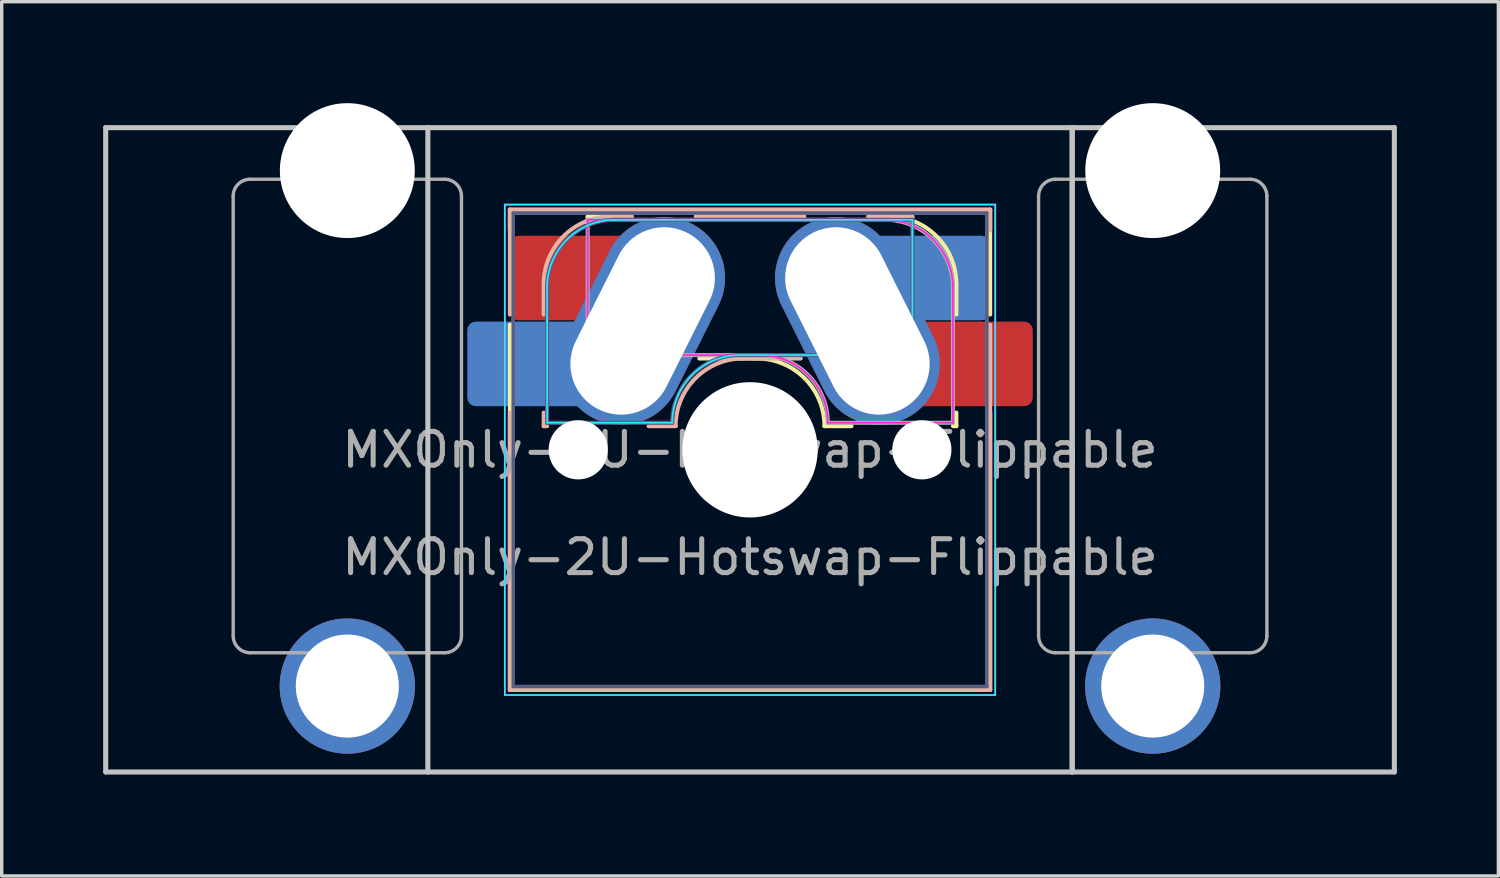
<source format=kicad_pcb>
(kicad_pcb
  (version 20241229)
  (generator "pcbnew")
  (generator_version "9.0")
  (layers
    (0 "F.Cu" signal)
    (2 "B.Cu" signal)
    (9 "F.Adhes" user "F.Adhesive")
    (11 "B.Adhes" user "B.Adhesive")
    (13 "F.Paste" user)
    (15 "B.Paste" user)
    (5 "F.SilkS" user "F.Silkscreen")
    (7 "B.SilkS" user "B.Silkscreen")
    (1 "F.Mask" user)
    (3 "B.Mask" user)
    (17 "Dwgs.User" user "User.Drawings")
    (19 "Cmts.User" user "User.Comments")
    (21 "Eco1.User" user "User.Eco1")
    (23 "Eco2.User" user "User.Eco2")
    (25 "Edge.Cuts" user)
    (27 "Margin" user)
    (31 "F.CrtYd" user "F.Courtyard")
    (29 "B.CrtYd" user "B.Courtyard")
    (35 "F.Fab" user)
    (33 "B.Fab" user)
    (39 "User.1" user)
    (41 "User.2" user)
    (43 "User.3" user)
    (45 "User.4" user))
  (footprint "MXOnly-2U-Hotswap-Flippable"
    (layer "F.Cu")
    (at 19.125 10.249)
    (property "Reference" "MXOnly-2U-Hotswap-Flippable" (at 0 3.175 0) (layer "F.Fab") (effects (font (size 1 1) (thickness 0.15))))
    (attr smd)
    (fp_line (start -7.1 -7.1) (end -7.1 -6.5) (stroke (width 0.12) (type solid)) (layer "F.SilkS"))
    (fp_line (start -7.1 -3.7) (end -7.1 7.1) (stroke (width 0.12) (type solid)) (layer "F.SilkS"))
    (fp_line (start -7.1 7.1) (end 7.1 7.1) (stroke (width 0.12) (type solid)) (layer "F.SilkS"))
    (fp_line (start -4.8 -6.9) (end -4.8 -6.6) (stroke (width 0.12) (type solid)) (layer "F.SilkS"))
    (fp_line (start -4.8 -6.9) (end -3.5 -6.9) (stroke (width 0.12) (type solid)) (layer "F.SilkS"))
    (fp_line (start 0.2 -2.7) (end -1.5 -2.7) (stroke (width 0.12) (type solid)) (layer "F.SilkS"))
    (fp_line (start 1.6 -6.9) (end -1.6 -6.9) (stroke (width 0.12) (type solid)) (layer "F.SilkS"))
    (fp_line (start 3 -0.7) (end 2.2 -0.7) (stroke (width 0.12) (type solid)) (layer "F.SilkS"))
    (fp_line (start 4.1 -6.9) (end 3.5 -6.9) (stroke (width 0.12) (type solid)) (layer "F.SilkS"))
    (fp_line (start 6 -0.7) (end 6.1 -0.7) (stroke (width 0.12) (type solid)) (layer "F.SilkS"))
    (fp_line (start 6.1 -4.9) (end 6.1 -4) (stroke (width 0.12) (type solid)) (layer "F.SilkS"))
    (fp_line (start 6.1 -1.1) (end 6.1 -0.7) (stroke (width 0.12) (type solid)) (layer "F.SilkS"))
    (fp_line (start 7.1 -7.1) (end -7.1 -7.1) (stroke (width 0.12) (type solid)) (layer "F.SilkS"))
    (fp_line (start 7.1 -4) (end 7.1 -7.1) (stroke (width 0.12) (type solid)) (layer "F.SilkS"))
    (fp_line (start 7.1 7.1) (end 7.1 -1.1) (stroke (width 0.12) (type solid)) (layer "F.SilkS"))
    (fp_arc (start 0.2 -2.7) (mid 1.614214 -2.114214) (end 2.2 -0.7) (stroke (width 0.12) (type solid)) (layer "F.SilkS"))
    (fp_arc (start 4.1 -6.9) (mid 5.514214 -6.314214) (end 6.1 -4.9) (stroke (width 0.12) (type solid)) (layer "F.SilkS"))
    (fp_line (start -7.1 -7.1) (end 7.1 -7.1) (stroke (width 0.12) (type solid)) (layer "B.SilkS"))
    (fp_line (start -7.1 -4) (end -7.1 -7.1) (stroke (width 0.12) (type solid)) (layer "B.SilkS"))
    (fp_line (start -7.1 7.1) (end -7.1 -1.1) (stroke (width 0.12) (type solid)) (layer "B.SilkS"))
    (fp_line (start -6.1 -4.9) (end -6.1 -4) (stroke (width 0.12) (type solid)) (layer "B.SilkS"))
    (fp_line (start -6.1 -1.1) (end -6.1 -0.7) (stroke (width 0.12) (type solid)) (layer "B.SilkS"))
    (fp_line (start -6 -0.7) (end -6.1 -0.7) (stroke (width 0.12) (type solid)) (layer "B.SilkS"))
    (fp_line (start -4.1 -6.9) (end -3.5 -6.9) (stroke (width 0.12) (type solid)) (layer "B.SilkS"))
    (fp_line (start -3 -0.7) (end -2.2 -0.7) (stroke (width 0.12) (type solid)) (layer "B.SilkS"))
    (fp_line (start -1.6 -6.9) (end 1.6 -6.9) (stroke (width 0.12) (type solid)) (layer "B.SilkS"))
    (fp_line (start -0.2 -2.7) (end 1.5 -2.7) (stroke (width 0.12) (type solid)) (layer "B.SilkS"))
    (fp_line (start 4.8 -6.9) (end 3.5 -6.9) (stroke (width 0.12) (type solid)) (layer "B.SilkS"))
    (fp_line (start 4.8 -6.9) (end 4.8 -6.6) (stroke (width 0.12) (type solid)) (layer "B.SilkS"))
    (fp_line (start 7.1 -7.1) (end 7.1 -6.5) (stroke (width 0.12) (type solid)) (layer "B.SilkS"))
    (fp_line (start 7.1 -3.7) (end 7.1 7.1) (stroke (width 0.12) (type solid)) (layer "B.SilkS"))
    (fp_line (start 7.1 7.1) (end -7.1 7.1) (stroke (width 0.12) (type solid)) (layer "B.SilkS"))
    (fp_arc (start -6.1 -4.9) (mid -5.514214 -6.314214) (end -4.1 -6.9) (stroke (width 0.12) (type solid)) (layer "B.SilkS"))
    (fp_arc (start -2.2 -0.7) (mid -1.614214 -2.114214) (end -0.2 -2.7) (stroke (width 0.12) (type solid)) (layer "B.SilkS"))
    (fp_line (start -19.05 -9.525) (end -9.525 -9.525) (stroke (width 0.15) (type solid)) (layer "Dwgs.User"))
    (fp_line (start -19.05 9.525) (end -19.05 -9.525) (stroke (width 0.15) (type solid)) (layer "Dwgs.User"))
    (fp_line (start -9.525 -9.525) (end -9.525 9.525) (stroke (width 0.15) (type solid)) (layer "Dwgs.User"))
    (fp_line (start -9.525 9.525) (end -19.05 9.525) (stroke (width 0.15) (type solid)) (layer "Dwgs.User"))
    (fp_line (start -9.525 9.525) (end 9.525 9.525) (stroke (width 0.15) (type solid)) (layer "Dwgs.User"))
    (fp_line (start 9.525 -9.525) (end -9.525 -9.525) (stroke (width 0.15) (type solid)) (layer "Dwgs.User"))
    (fp_line (start 9.525 -9.525) (end 19.05 -9.525) (stroke (width 0.15) (type solid)) (layer "Dwgs.User"))
    (fp_line (start 9.525 9.525) (end 9.525 -9.525) (stroke (width 0.15) (type solid)) (layer "Dwgs.User"))
    (fp_line (start 9.525 9.525) (end 9.525 -9.525) (stroke (width 0.15) (type solid)) (layer "Dwgs.User"))
    (fp_line (start 19.05 -9.525) (end 19.05 9.525) (stroke (width 0.15) (type solid)) (layer "Dwgs.User"))
    (fp_line (start 19.05 9.525) (end 9.525 9.525) (stroke (width 0.15) (type solid)) (layer "Dwgs.User"))
    (fp_line (start -7.25 -7.25) (end 7.25 -7.25) (stroke (width 0.05) (type solid)) (layer "B.CrtYd"))
    (fp_line (start -7.25 7.25) (end -7.25 -7.25) (stroke (width 0.05) (type solid)) (layer "B.CrtYd"))
    (fp_line (start -6 -0.8) (end -6 -4.8) (stroke (width 0.05) (type solid)) (layer "B.CrtYd"))
    (fp_line (start -6 -0.8) (end -2.3 -0.8) (stroke (width 0.05) (type solid)) (layer "B.CrtYd"))
    (fp_line (start -4 -6.8) (end 4.8 -6.8) (stroke (width 0.05) (type solid)) (layer "B.CrtYd"))
    (fp_line (start -0.3 -2.8) (end 4.8 -2.8) (stroke (width 0.05) (type solid)) (layer "B.CrtYd"))
    (fp_line (start 4.8 -6.8) (end 4.8 -2.8) (stroke (width 0.05) (type solid)) (layer "B.CrtYd"))
    (fp_line (start 7.25 -7.25) (end 7.25 7.25) (stroke (width 0.05) (type solid)) (layer "B.CrtYd"))
    (fp_line (start 7.25 7.25) (end -7.25 7.25) (stroke (width 0.05) (type solid)) (layer "B.CrtYd"))
    (fp_arc (start -6 -4.8) (mid -5.414214 -6.214214) (end -4 -6.8) (stroke (width 0.05) (type solid)) (layer "B.CrtYd"))
    (fp_arc (start -2.3 -0.8) (mid -1.714214 -2.214214) (end -0.3 -2.8) (stroke (width 0.05) (type solid)) (layer "B.CrtYd"))
    (fp_line (start -7.25 -7.25) (end -7.25 7.25) (stroke (width 0.05) (type solid)) (layer "F.CrtYd"))
    (fp_line (start -7.25 7.25) (end 7.25 7.25) (stroke (width 0.05) (type solid)) (layer "F.CrtYd"))
    (fp_line (start -4.8 -6.8) (end -4.8 -2.8) (stroke (width 0.05) (type solid)) (layer "F.CrtYd"))
    (fp_line (start 0.3 -2.8) (end -4.8 -2.8) (stroke (width 0.05) (type solid)) (layer "F.CrtYd"))
    (fp_line (start 4 -6.8) (end -4.8 -6.8) (stroke (width 0.05) (type solid)) (layer "F.CrtYd"))
    (fp_line (start 6 -0.8) (end 2.3 -0.8) (stroke (width 0.05) (type solid)) (layer "F.CrtYd"))
    (fp_line (start 6 -0.8) (end 6 -4.8) (stroke (width 0.05) (type solid)) (layer "F.CrtYd"))
    (fp_line (start 7.25 -7.25) (end -7.25 -7.25) (stroke (width 0.05) (type solid)) (layer "F.CrtYd"))
    (fp_line (start 7.25 7.25) (end 7.25 -7.25) (stroke (width 0.05) (type solid)) (layer "F.CrtYd"))
    (fp_arc (start 0.3 -2.8) (mid 1.714214 -2.214214) (end 2.3 -0.8) (stroke (width 0.05) (type solid)) (layer "F.CrtYd"))
    (fp_arc (start 4 -6.8) (mid 5.414214 -6.214214) (end 6 -4.8) (stroke (width 0.05) (type solid)) (layer "F.CrtYd"))
    (fp_line (start -7 -7) (end 7 -7) (stroke (width 0.1) (type solid)) (layer "B.Fab"))
    (fp_line (start -7 7) (end -7 -7) (stroke (width 0.1) (type solid)) (layer "B.Fab"))
    (fp_line (start -6 -0.8) (end -6 -4.8) (stroke (width 0.12) (type solid)) (layer "B.Fab"))
    (fp_line (start -6 -0.8) (end -2.3 -0.8) (stroke (width 0.12) (type solid)) (layer "B.Fab"))
    (fp_line (start -4 -6.8) (end 4.8 -6.8) (stroke (width 0.12) (type solid)) (layer "B.Fab"))
    (fp_line (start -0.3 -2.8) (end 4.8 -2.8) (stroke (width 0.12) (type solid)) (layer "B.Fab"))
    (fp_line (start 4.8 -6.8) (end 4.8 -2.8) (stroke (width 0.12) (type solid)) (layer "B.Fab"))
    (fp_line (start 7 -7) (end 7 7) (stroke (width 0.1) (type solid)) (layer "B.Fab"))
    (fp_line (start 7 7) (end -7 7) (stroke (width 0.1) (type solid)) (layer "B.Fab"))
    (fp_arc (start -6 -4.8) (mid -5.414214 -6.214214) (end -4 -6.8) (stroke (width 0.12) (type solid)) (layer "B.Fab"))
    (fp_arc (start -2.3 -0.8) (mid -1.714214 -2.214214) (end -0.3 -2.8) (stroke (width 0.12) (type solid)) (layer "B.Fab"))
    (fp_line (start -15.28 5.5) (end -15.281 -7.5) (stroke (width 0.1) (type solid)) (layer "F.Fab"))
    (fp_line (start -9.031 -8) (end -14.781 -8) (stroke (width 0.1) (type solid)) (layer "F.Fab"))
    (fp_line (start -9.031 6) (end -14.78 6) (stroke (width 0.1) (type solid)) (layer "F.Fab"))
    (fp_line (start -8.531 5.5) (end -8.531 -7.5) (stroke (width 0.1) (type solid)) (layer "F.Fab"))
    (fp_line (start -7 -7) (end -7 7) (stroke (width 0.1) (type solid)) (layer "F.Fab"))
    (fp_line (start -7 7) (end 7 7) (stroke (width 0.1) (type solid)) (layer "F.Fab"))
    (fp_line (start -4.8 -6.8) (end -4.8 -2.8) (stroke (width 0.12) (type solid)) (layer "F.Fab"))
    (fp_line (start 0.3 -2.8) (end -4.8 -2.8) (stroke (width 0.12) (type solid)) (layer "F.Fab"))
    (fp_line (start 4 -6.8) (end -4.8 -6.8) (stroke (width 0.12) (type solid)) (layer "F.Fab"))
    (fp_line (start 6 -0.8) (end 2.3 -0.8) (stroke (width 0.12) (type solid)) (layer "F.Fab"))
    (fp_line (start 6 -0.8) (end 6 -4.8) (stroke (width 0.12) (type solid)) (layer "F.Fab"))
    (fp_line (start 7 -7) (end -7 -7) (stroke (width 0.1) (type solid)) (layer "F.Fab"))
    (fp_line (start 7 7) (end 7 -7) (stroke (width 0.1) (type solid)) (layer "F.Fab"))
    (fp_line (start 8.531 5.5) (end 8.531 -7.5) (stroke (width 0.1) (type solid)) (layer "F.Fab"))
    (fp_line (start 14.781 -8) (end 9.031 -8) (stroke (width 0.1) (type solid)) (layer "F.Fab"))
    (fp_line (start 14.781 6) (end 9.031 6) (stroke (width 0.1) (type solid)) (layer "F.Fab"))
    (fp_line (start 15.281 5.5) (end 15.281 -7.5) (stroke (width 0.1) (type solid)) (layer "F.Fab"))
    (fp_arc (start -15.28125 -7.500001) (mid -15.134806 -7.853571) (end -14.78125 -8.000001) (stroke (width 0.1) (type solid)) (layer "F.Fab"))
    (fp_arc (start -14.780039 5.999999) (mid -15.133567 5.853539) (end -15.280039 5.499999) (stroke (width 0.1) (type solid)) (layer "F.Fab"))
    (fp_arc (start -9.03125 -8.000001) (mid -8.677729 -7.853537) (end -8.53125 -7.500001) (stroke (width 0.1) (type solid)) (layer "F.Fab"))
    (fp_arc (start -8.53125 5.499999) (mid -8.677693 5.853571) (end -9.03125 5.999999) (stroke (width 0.1) (type solid)) (layer "F.Fab"))
    (fp_arc (start 0.3 -2.8) (mid 1.714214 -2.214214) (end 2.3 -0.8) (stroke (width 0.12) (type solid)) (layer "F.Fab"))
    (fp_arc (start 4 -6.8) (mid 5.414214 -6.214214) (end 6 -4.8) (stroke (width 0.12) (type solid)) (layer "F.Fab"))
    (fp_arc (start 8.53125 -7.500001) (mid 8.677697 -7.853554) (end 9.03125 -8.000001) (stroke (width 0.1) (type solid)) (layer "F.Fab"))
    (fp_arc (start 9.03125 5.999999) (mid 8.677697 5.853552) (end 8.53125 5.499999) (stroke (width 0.1) (type solid)) (layer "F.Fab"))
    (fp_arc (start 14.78125 -8.000001) (mid 15.134803 -7.853554) (end 15.28125 -7.500001) (stroke (width 0.1) (type solid)) (layer "F.Fab"))
    (fp_arc (start 15.28125 5.499999) (mid 15.134803 5.853552) (end 14.78125 5.999999) (stroke (width 0.1) (type solid)) (layer "F.Fab"))
    (fp_text user "${REFERENCE}" (at 0 0 0) (layer "F.Fab") (effects (font (size 1 1) (thickness 0.15))))
    (pad "" np_thru_hole circle (at -11.906 -8.255 180) (size 3.988 3.988) (drill 3.988) (layers "*.Cu" "*.Mask"))
    (pad "" thru_hole circle (at -11.906 6.985 180) (size 4 4) (drill 3.048) (layers "*.Cu" "*.Mask"))
    (pad "" np_thru_hole circle (at -5.08 0) (size 1.75 1.75) (drill 1.75) (layers "*.Cu" "*.Mask"))
    (pad "" np_thru_hole circle (at 0 0) (size 4 4) (drill 4) (layers "*.Cu" "*.Mask"))
    (pad "" np_thru_hole circle (at 5.08 0) (size 1.75 1.75) (drill 1.75) (layers "*.Cu" "*.Mask"))
    (pad "" np_thru_hole circle (at 11.906 -8.255 180) (size 3.988 3.988) (drill 3.988) (layers "*.Cu" "*.Mask"))
    (pad "" thru_hole circle (at 11.906 6.985 180) (size 4 4) (drill 3.048) (layers "*.Cu" "*.Mask"))
    (pad "1" thru_hole oval (at 3.175 -3.81 296.6) (size 6.44 3.6) (drill oval 5.84 3) (layers "*.Cu" "*.Mask"))
    (pad "1" smd roundrect (at 5.32 -5.08) (size 3.55 2.5) (layers "B.Cu" "B.Mask") (roundrect_rratio 0.1))
    (pad "1" smd roundrect (at 6.585 -2.54) (size 3.55 2.5) (layers "F.Cu" "F.Mask") (roundrect_rratio 0.1))
    (pad "2" smd roundrect (at -6.585 -2.54) (size 3.55 2.5) (layers "B.Cu" "B.Mask") (roundrect_rratio 0.1))
    (pad "2" smd roundrect (at -5.32 -5.08) (size 3.55 2.5) (layers "F.Cu" "F.Mask") (roundrect_rratio 0.1))
    (pad "2" thru_hole oval (at -3.175 -3.81 63.4) (size 6.44 3.6) (drill oval 5.84 3) (layers "*.Cu" "*.Mask")))
  (gr_rect
    (start -3 -3)
    (end 41.25 22.849)
    (stroke (width 0.1) (type default))
    (fill no)
    (layer "Edge.Cuts")))
</source>
